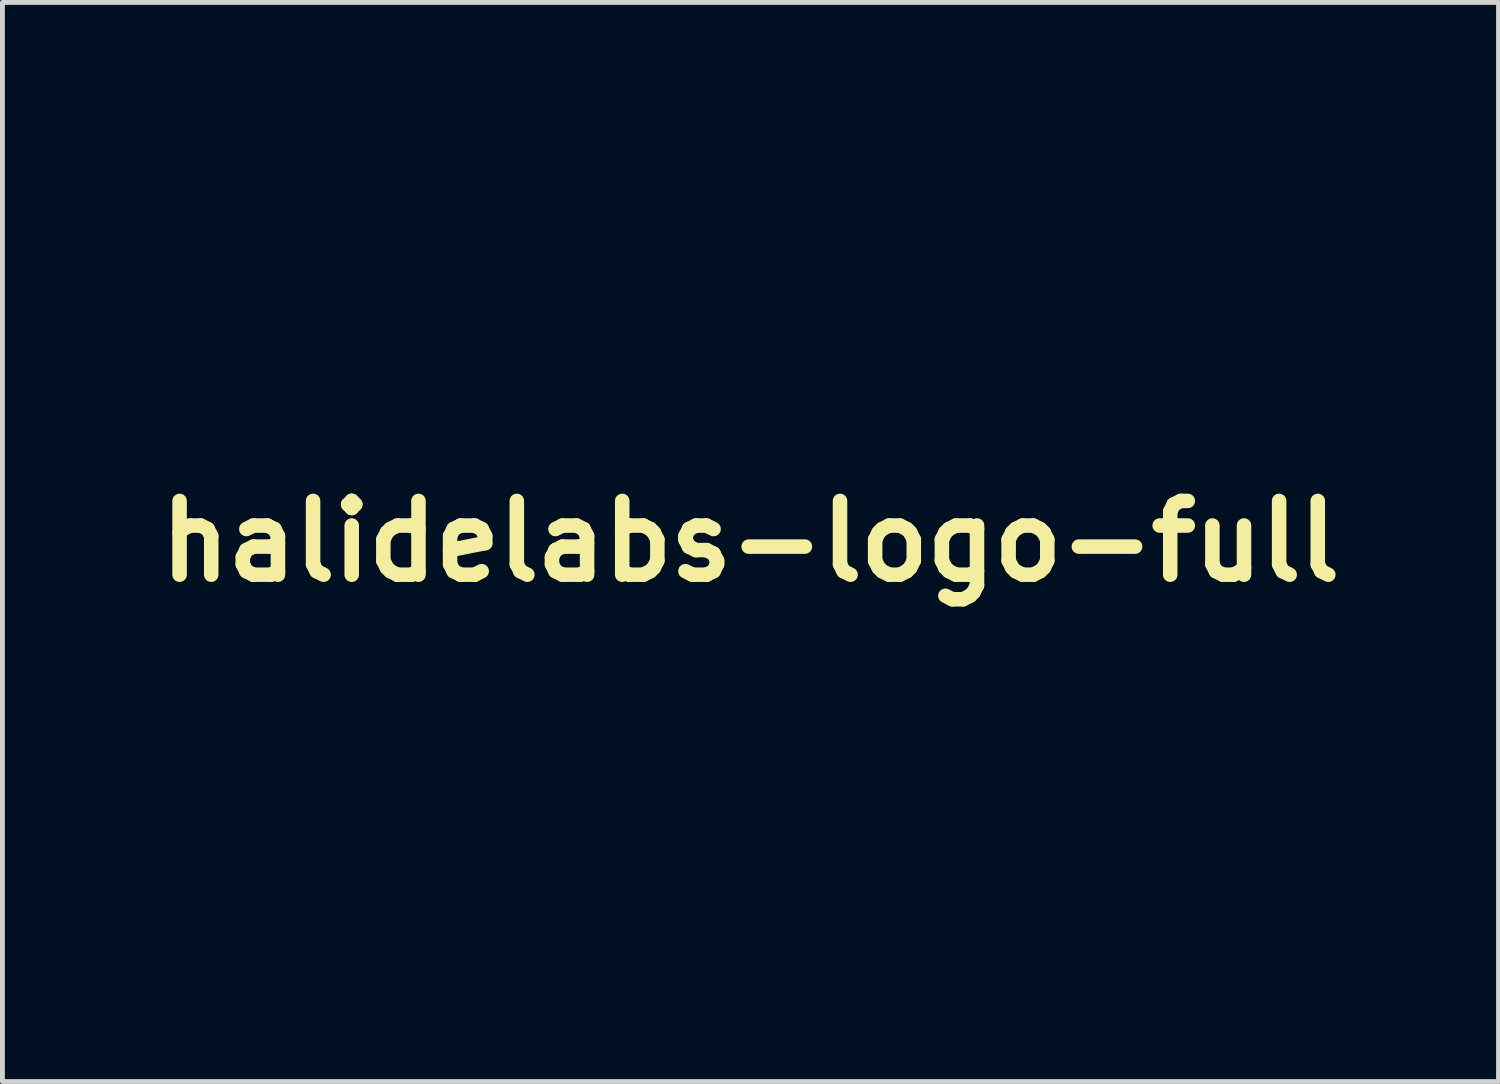
<source format=kicad_pcb>
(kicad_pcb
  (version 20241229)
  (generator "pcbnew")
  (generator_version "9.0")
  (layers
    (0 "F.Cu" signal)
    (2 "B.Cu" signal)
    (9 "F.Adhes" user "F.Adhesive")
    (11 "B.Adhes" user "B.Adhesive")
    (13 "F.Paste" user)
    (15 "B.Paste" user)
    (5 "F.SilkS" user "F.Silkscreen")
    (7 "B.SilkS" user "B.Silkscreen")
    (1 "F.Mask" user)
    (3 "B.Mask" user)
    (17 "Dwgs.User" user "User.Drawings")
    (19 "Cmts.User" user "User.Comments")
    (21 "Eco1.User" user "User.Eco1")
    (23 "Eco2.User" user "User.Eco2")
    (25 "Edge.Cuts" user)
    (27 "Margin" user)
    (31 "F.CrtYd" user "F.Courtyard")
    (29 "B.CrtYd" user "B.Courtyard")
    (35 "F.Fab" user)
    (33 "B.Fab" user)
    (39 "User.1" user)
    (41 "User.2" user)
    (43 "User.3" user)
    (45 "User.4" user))
  (footprint "halidelabs-logo-full"
    (layer "F.Cu")
    (at 12.453 8.133)
    (property "Reference" "halidelabs-logo-full" (at 0 0 0) (layer "F.SilkS") (effects (font (size 1.524 1.524) (thickness 0.3))))
    (attr through_hole)
    (fp_poly (pts (xy -2.896 8.128) (xy -3.505 8.128) (xy -3.505 5.918) (xy -2.896 5.918) (xy -2.896 8.128)) (stroke (width 0.01) (type solid)) (fill no) (layer "Eco2.User"))
    (fp_poly (pts (xy -9.525 6.223) (xy -8.28 6.223) (xy -8.28 4.953) (xy -7.62 4.953) (xy -7.62 8.128) (xy -8.28 8.128) (xy -8.28 6.858) (xy -9.525 6.858) (xy -9.525 8.128) (xy -10.16 8.128) (xy -10.16 4.953) (xy -9.525 4.953) (xy -9.525 6.223)) (stroke (width 0.01) (type solid)) (fill no) (layer "Eco2.User"))
    (fp_poly (pts (xy -3.107 4.964) (xy -3.001 5.011) (xy -2.919 5.102) (xy -2.893 5.148) (xy -2.857 5.274) (xy -2.868 5.394) (xy -2.923 5.499) (xy -3.018 5.581) (xy -3.064 5.604) (xy -3.176 5.635) (xy -3.281 5.625) (xy -3.346 5.601) (xy -3.438 5.535) (xy -3.501 5.433) (xy -3.53 5.306) (xy -3.531 5.276) (xy -3.524 5.191) (xy -3.497 5.126) (xy -3.447 5.064) (xy -3.379 5.002) (xy -3.307 4.971) (xy -3.24 4.959) (xy -3.107 4.964)) (stroke (width 0.01) (type solid)) (fill no) (layer "Eco2.User"))
    (fp_poly (pts (xy 2.821 6.026) (xy 2.821 6.337) (xy 2.822 6.601) (xy 2.824 6.822) (xy 2.827 7.005) (xy 2.831 7.153) (xy 2.837 7.27) (xy 2.845 7.36) (xy 2.856 7.428) (xy 2.869 7.477) (xy 2.885 7.511) (xy 2.905 7.535) (xy 2.928 7.552) (xy 2.946 7.562) (xy 3.004 7.578) (xy 3.1 7.589) (xy 3.219 7.594) (xy 3.243 7.594) (xy 3.475 7.595) (xy 3.491 7.791) (xy 3.5 7.896) (xy 3.509 7.989) (xy 3.517 8.051) (xy 3.518 8.056) (xy 3.513 8.117) (xy 3.489 8.138) (xy 3.437 8.148) (xy 3.346 8.153) (xy 3.227 8.155) (xy 3.094 8.153) (xy 2.958 8.148) (xy 2.83 8.141) (xy 2.723 8.132) (xy 2.648 8.12) (xy 2.63 8.116) (xy 2.524 8.069) (xy 2.443 8.009) (xy 2.374 7.922) (xy 2.311 7.81) (xy 2.223 7.634) (xy 2.215 6.167) (xy 2.207 4.699) (xy 2.819 4.699) (xy 2.821 6.026)) (stroke (width 0.01) (type solid)) (fill no) (layer "Eco2.User"))
    (fp_poly (pts (xy -4.42 6.087) (xy -4.417 6.387) (xy -4.414 6.64) (xy -4.411 6.851) (xy -4.409 7.023) (xy -4.406 7.161) (xy -4.402 7.269) (xy -4.398 7.351) (xy -4.392 7.411) (xy -4.386 7.453) (xy -4.379 7.482) (xy -4.37 7.501) (xy -4.359 7.515) (xy -4.359 7.515) (xy -4.319 7.549) (xy -4.263 7.572) (xy -4.183 7.588) (xy -4.067 7.598) (xy -3.962 7.603) (xy -3.772 7.61) (xy -3.751 7.86) (xy -3.743 7.982) (xy -3.742 8.062) (xy -3.748 8.109) (xy -3.763 8.131) (xy -3.764 8.132) (xy -3.805 8.141) (xy -3.886 8.147) (xy -3.994 8.151) (xy -4.121 8.151) (xy -4.253 8.149) (xy -4.381 8.144) (xy -4.492 8.137) (xy -4.576 8.128) (xy -4.617 8.119) (xy -4.761 8.041) (xy -4.876 7.921) (xy -4.962 7.76) (xy -5.018 7.558) (xy -5.03 7.478) (xy -5.036 7.403) (xy -5.041 7.281) (xy -5.045 7.115) (xy -5.048 6.911) (xy -5.05 6.67) (xy -5.05 6.397) (xy -5.05 6.096) (xy -5.049 5.994) (xy -5.042 4.712) (xy -4.432 4.712) (xy -4.42 6.087)) (stroke (width 0.01) (type solid)) (fill no) (layer "Eco2.User"))
    (fp_poly (pts (xy -0.356 8.128) (xy -0.962 8.128) (xy -0.978 7.949) (xy -1.067 8.01) (xy -1.229 8.092) (xy -1.415 8.14) (xy -1.614 8.152) (xy -1.81 8.126) (xy -1.866 8.111) (xy -2.065 8.025) (xy -2.237 7.898) (xy -2.379 7.736) (xy -2.487 7.544) (xy -2.558 7.325) (xy -2.589 7.085) (xy -2.591 7.023) (xy -2.586 6.964) (xy -1.982 6.964) (xy -1.979 7.12) (xy -1.944 7.269) (xy -1.879 7.398) (xy -1.822 7.463) (xy -1.697 7.545) (xy -1.551 7.585) (xy -1.394 7.58) (xy -1.339 7.568) (xy -1.217 7.51) (xy -1.111 7.415) (xy -1.034 7.297) (xy -1.029 7.283) (xy -0.996 7.154) (xy -0.987 7.004) (xy -1.002 6.857) (xy -1.029 6.763) (xy -1.106 6.634) (xy -1.213 6.538) (xy -1.342 6.479) (xy -1.482 6.457) (xy -1.625 6.475) (xy -1.759 6.537) (xy -1.806 6.572) (xy -1.895 6.678) (xy -1.954 6.813) (xy -1.982 6.964) (xy -2.586 6.964) (xy -2.569 6.773) (xy -2.506 6.546) (xy -2.403 6.346) (xy -2.262 6.176) (xy -2.086 6.04) (xy -1.986 5.986) (xy -1.9 5.948) (xy -1.827 5.924) (xy -1.751 5.911) (xy -1.654 5.906) (xy -1.572 5.906) (xy -1.455 5.907) (xy -1.371 5.913) (xy -1.302 5.928) (xy -1.232 5.956) (xy -1.146 5.998) (xy -0.965 6.091) (xy -0.965 4.928) (xy -0.356 4.928) (xy -0.356 8.128)) (stroke (width 0.01) (type solid)) (fill no) (layer "Eco2.User"))
    (fp_poly (pts (xy 6.624 5.517) (xy 6.63 6.094) (xy 6.722 6.031) (xy 6.893 5.945) (xy 7.081 5.901) (xy 7.278 5.897) (xy 7.477 5.932) (xy 7.668 6.005) (xy 7.842 6.114) (xy 7.964 6.228) (xy 8.067 6.369) (xy 8.153 6.543) (xy 8.215 6.731) (xy 8.238 6.845) (xy 8.249 7.074) (xy 8.219 7.296) (xy 8.152 7.507) (xy 8.051 7.698) (xy 7.921 7.863) (xy 7.763 7.995) (xy 7.601 8.079) (xy 7.498 8.109) (xy 7.37 8.131) (xy 7.234 8.144) (xy 7.105 8.148) (xy 7 8.14) (xy 6.959 8.131) (xy 6.868 8.094) (xy 6.771 8.046) (xy 6.693 7.996) (xy 6.674 7.981) (xy 6.645 7.96) (xy 6.632 7.972) (xy 6.629 8.025) (xy 6.629 8.036) (xy 6.629 8.13) (xy 6.318 8.122) (xy 6.007 8.115) (xy 6.007 7.077) (xy 6.629 7.077) (xy 6.657 7.225) (xy 6.716 7.359) (xy 6.803 7.468) (xy 6.916 7.545) (xy 6.947 7.557) (xy 7.068 7.588) (xy 7.179 7.588) (xy 7.271 7.568) (xy 7.405 7.506) (xy 7.509 7.405) (xy 7.582 7.271) (xy 7.619 7.108) (xy 7.623 7.023) (xy 7.616 6.916) (xy 7.597 6.812) (xy 7.581 6.761) (xy 7.507 6.637) (xy 7.403 6.544) (xy 7.28 6.485) (xy 7.146 6.459) (xy 7.01 6.469) (xy 6.884 6.517) (xy 6.776 6.603) (xy 6.749 6.636) (xy 6.673 6.773) (xy 6.634 6.923) (xy 6.629 7.077) (xy 6.007 7.077) (xy 6.007 4.94) (xy 6.617 4.94) (xy 6.624 5.517)) (stroke (width 0.01) (type solid)) (fill no) (layer "Eco2.User"))
    (fp_poly (pts (xy 1.074 5.907) (xy 1.242 5.927) (xy 1.377 5.965) (xy 1.554 6.062) (xy 1.707 6.199) (xy 1.832 6.37) (xy 1.926 6.567) (xy 1.984 6.785) (xy 2.003 7.016) (xy 2.001 7.067) (xy 1.994 7.226) (xy 1.263 7.233) (xy 0.533 7.24) (xy 0.584 7.341) (xy 0.669 7.454) (xy 0.782 7.534) (xy 0.913 7.578) (xy 1.054 7.584) (xy 1.192 7.551) (xy 1.318 7.477) (xy 1.332 7.466) (xy 1.418 7.39) (xy 1.662 7.511) (xy 1.761 7.563) (xy 1.841 7.609) (xy 1.892 7.645) (xy 1.905 7.661) (xy 1.885 7.712) (xy 1.83 7.78) (xy 1.75 7.857) (xy 1.655 7.934) (xy 1.554 8.003) (xy 1.481 8.044) (xy 1.381 8.091) (xy 1.301 8.12) (xy 1.22 8.136) (xy 1.119 8.143) (xy 1.058 8.145) (xy 0.92 8.144) (xy 0.796 8.134) (xy 0.708 8.118) (xy 0.493 8.031) (xy 0.306 7.904) (xy 0.15 7.744) (xy 0.028 7.555) (xy -0.054 7.343) (xy -0.094 7.114) (xy -0.095 6.937) (xy -0.073 6.807) (xy 0.536 6.807) (xy 1.42 6.807) (xy 1.393 6.73) (xy 1.33 6.621) (xy 1.23 6.532) (xy 1.107 6.473) (xy 0.975 6.452) (xy 0.86 6.473) (xy 0.745 6.529) (xy 0.645 6.609) (xy 0.575 6.704) (xy 0.561 6.735) (xy 0.536 6.807) (xy -0.073 6.807) (xy -0.055 6.7) (xy 0.027 6.483) (xy 0.149 6.292) (xy 0.305 6.131) (xy 0.493 6.006) (xy 0.59 5.962) (xy 0.729 5.924) (xy 0.897 5.906) (xy 1.074 5.907)) (stroke (width 0.01) (type solid)) (fill no) (layer "Eco2.User"))
    (fp_poly (pts (xy 9.395 5.908) (xy 9.486 5.917) (xy 9.561 5.935) (xy 9.636 5.964) (xy 9.653 5.972) (xy 9.831 6.076) (xy 9.963 6.202) (xy 10.034 6.314) (xy 10.064 6.382) (xy 10.078 6.429) (xy 10.078 6.441) (xy 10.05 6.452) (xy 9.984 6.474) (xy 9.894 6.502) (xy 9.845 6.516) (xy 9.625 6.58) (xy 9.54 6.491) (xy 9.486 6.438) (xy 9.437 6.411) (xy 9.372 6.402) (xy 9.312 6.401) (xy 9.216 6.406) (xy 9.153 6.425) (xy 9.119 6.452) (xy 9.079 6.502) (xy 9.07 6.548) (xy 9.095 6.592) (xy 9.158 6.638) (xy 9.263 6.689) (xy 9.412 6.748) (xy 9.47 6.769) (xy 9.685 6.853) (xy 9.854 6.938) (xy 9.981 7.027) (xy 10.071 7.125) (xy 10.128 7.237) (xy 10.155 7.367) (xy 10.16 7.462) (xy 10.136 7.638) (xy 10.067 7.795) (xy 9.956 7.928) (xy 9.805 8.034) (xy 9.703 8.081) (xy 9.559 8.119) (xy 9.387 8.141) (xy 9.209 8.144) (xy 9.044 8.128) (xy 8.986 8.115) (xy 8.883 8.085) (xy 8.782 8.047) (xy 8.737 8.026) (xy 8.639 7.966) (xy 8.546 7.892) (xy 8.465 7.812) (xy 8.403 7.734) (xy 8.369 7.667) (xy 8.37 7.619) (xy 8.37 7.619) (xy 8.399 7.596) (xy 8.462 7.559) (xy 8.547 7.512) (xy 8.589 7.491) (xy 8.792 7.389) (xy 8.879 7.465) (xy 9.007 7.545) (xy 9.16 7.585) (xy 9.308 7.585) (xy 9.413 7.56) (xy 9.485 7.518) (xy 9.517 7.463) (xy 9.515 7.424) (xy 9.501 7.395) (xy 9.475 7.369) (xy 9.429 7.341) (xy 9.356 7.309) (xy 9.248 7.268) (xy 9.142 7.229) (xy 9.024 7.186) (xy 8.912 7.142) (xy 8.823 7.103) (xy 8.791 7.088) (xy 8.637 6.986) (xy 8.525 6.861) (xy 8.456 6.72) (xy 8.431 6.57) (xy 8.451 6.416) (xy 8.518 6.265) (xy 8.623 6.132) (xy 8.735 6.035) (xy 8.853 5.968) (xy 8.989 5.927) (xy 9.154 5.909) (xy 9.271 5.906) (xy 9.395 5.908)) (stroke (width 0.01) (type solid)) (fill no) (layer "Eco2.User"))
    (fp_poly (pts (xy -6.065 5.92) (xy -5.923 5.952) (xy -5.919 5.954) (xy -5.772 6.029) (xy -5.636 6.141) (xy -5.527 6.277) (xy -5.483 6.357) (xy -5.466 6.395) (xy -5.453 6.433) (xy -5.443 6.475) (xy -5.435 6.529) (xy -5.429 6.601) (xy -5.424 6.695) (xy -5.421 6.819) (xy -5.418 6.979) (xy -5.416 7.18) (xy -5.415 7.309) (xy -5.406 8.128) (xy -6.02 8.128) (xy -6.02 7.922) (xy -6.108 7.989) (xy -6.236 8.062) (xy -6.396 8.114) (xy -6.574 8.145) (xy -6.754 8.152) (xy -6.92 8.132) (xy -6.976 8.117) (xy -7.131 8.046) (xy -7.248 7.941) (xy -7.326 7.804) (xy -7.362 7.639) (xy -7.365 7.568) (xy -7.362 7.536) (xy -6.753 7.536) (xy -6.719 7.605) (xy -6.706 7.62) (xy -6.642 7.654) (xy -6.549 7.67) (xy -6.443 7.669) (xy -6.342 7.647) (xy -6.333 7.644) (xy -6.213 7.572) (xy -6.116 7.463) (xy -6.051 7.325) (xy -6.034 7.256) (xy -6.026 7.194) (xy -6.033 7.169) (xy -6.061 7.17) (xy -6.063 7.171) (xy -6.107 7.182) (xy -6.186 7.202) (xy -6.289 7.226) (xy -6.35 7.241) (xy -6.473 7.273) (xy -6.559 7.303) (xy -6.621 7.336) (xy -6.673 7.379) (xy -6.674 7.38) (xy -6.738 7.463) (xy -6.753 7.536) (xy -7.362 7.536) (xy -7.344 7.387) (xy -7.281 7.233) (xy -7.174 7.104) (xy -7.023 6.997) (xy -6.978 6.974) (xy -6.902 6.944) (xy -6.791 6.908) (xy -6.658 6.87) (xy -6.519 6.835) (xy -6.503 6.832) (xy -6.339 6.793) (xy -6.218 6.76) (xy -6.135 6.729) (xy -6.083 6.697) (xy -6.055 6.661) (xy -6.046 6.618) (xy -6.045 6.605) (xy -6.068 6.527) (xy -6.131 6.465) (xy -6.224 6.422) (xy -6.338 6.404) (xy -6.443 6.413) (xy -6.52 6.443) (xy -6.601 6.498) (xy -6.67 6.564) (xy -6.709 6.626) (xy -6.722 6.642) (xy -6.756 6.646) (xy -6.818 6.638) (xy -6.92 6.618) (xy -6.922 6.617) (xy -7.046 6.591) (xy -7.129 6.571) (xy -7.178 6.555) (xy -7.204 6.539) (xy -7.212 6.519) (xy -7.214 6.493) (xy -7.192 6.405) (xy -7.133 6.305) (xy -7.045 6.201) (xy -6.938 6.103) (xy -6.818 6.019) (xy -6.708 5.964) (xy -6.573 5.927) (xy -6.408 5.907) (xy -6.233 5.905) (xy -6.065 5.92)) (stroke (width 0.01) (type solid)) (fill no) (layer "Eco2.User"))
    (fp_poly (pts (xy 5.068 5.929) (xy 5.162 5.957) (xy 5.306 6.031) (xy 5.438 6.141) (xy 5.544 6.275) (xy 5.592 6.37) (xy 5.609 6.413) (xy 5.622 6.455) (xy 5.632 6.502) (xy 5.64 6.562) (xy 5.645 6.639) (xy 5.65 6.741) (xy 5.653 6.874) (xy 5.656 7.043) (xy 5.658 7.255) (xy 5.659 7.322) (xy 5.667 8.128) (xy 5.055 8.128) (xy 5.055 8.022) (xy 5.053 7.958) (xy 5.044 7.935) (xy 5.022 7.947) (xy 5.009 7.958) (xy 4.963 7.99) (xy 4.888 8.032) (xy 4.813 8.068) (xy 4.72 8.106) (xy 4.631 8.129) (xy 4.524 8.141) (xy 4.432 8.146) (xy 4.273 8.144) (xy 4.147 8.13) (xy 4.095 8.117) (xy 3.944 8.044) (xy 3.827 7.938) (xy 3.746 7.805) (xy 3.705 7.654) (xy 3.705 7.491) (xy 3.709 7.478) (xy 4.327 7.478) (xy 4.33 7.558) (xy 4.369 7.62) (xy 4.432 7.654) (xy 4.526 7.67) (xy 4.632 7.669) (xy 4.732 7.647) (xy 4.742 7.644) (xy 4.853 7.577) (xy 4.947 7.473) (xy 5.012 7.344) (xy 5.02 7.32) (xy 5.04 7.244) (xy 5.05 7.19) (xy 5.049 7.174) (xy 5.019 7.174) (xy 4.953 7.186) (xy 4.862 7.206) (xy 4.757 7.233) (xy 4.651 7.262) (xy 4.555 7.291) (xy 4.48 7.316) (xy 4.444 7.332) (xy 4.366 7.399) (xy 4.327 7.478) (xy 3.709 7.478) (xy 3.75 7.323) (xy 3.771 7.276) (xy 3.83 7.177) (xy 3.905 7.093) (xy 4.001 7.022) (xy 4.126 6.961) (xy 4.286 6.905) (xy 4.487 6.851) (xy 4.579 6.83) (xy 4.743 6.791) (xy 4.863 6.758) (xy 4.945 6.726) (xy 4.996 6.694) (xy 5.022 6.657) (xy 5.029 6.615) (xy 5.006 6.535) (xy 4.943 6.47) (xy 4.851 6.425) (xy 4.739 6.405) (xy 4.636 6.412) (xy 4.548 6.444) (xy 4.463 6.501) (xy 4.4 6.569) (xy 4.38 6.608) (xy 4.372 6.63) (xy 4.36 6.644) (xy 4.335 6.649) (xy 4.29 6.645) (xy 4.215 6.631) (xy 4.104 6.607) (xy 4.022 6.589) (xy 3.929 6.568) (xy 3.876 6.551) (xy 3.854 6.532) (xy 3.853 6.505) (xy 3.86 6.48) (xy 3.925 6.334) (xy 4.03 6.195) (xy 4.163 6.075) (xy 4.284 6) (xy 4.458 5.936) (xy 4.658 5.902) (xy 4.867 5.9) (xy 5.068 5.929)) (stroke (width 0.01) (type solid)) (fill no) (layer "Eco2.User"))
    (fp_poly (pts (xy 3.994 -8.123) (xy 4.031 -8.104) (xy 4.046 -8.064) (xy 4.04 -7.997) (xy 4.014 -7.896) (xy 3.968 -7.755) (xy 3.965 -7.747) (xy 3.926 -7.631) (xy 3.893 -7.533) (xy 3.871 -7.463) (xy 3.861 -7.431) (xy 3.861 -7.43) (xy 3.881 -7.412) (xy 3.933 -7.382) (xy 3.965 -7.365) (xy 4.063 -7.303) (xy 4.165 -7.221) (xy 4.257 -7.132) (xy 4.323 -7.049) (xy 4.335 -7.027) (xy 4.367 -6.929) (xy 4.37 -6.83) (xy 4.343 -6.748) (xy 4.329 -6.729) (xy 4.3 -6.689) (xy 4.295 -6.67) (xy 4.319 -6.652) (xy 4.376 -6.613) (xy 4.455 -6.56) (xy 4.501 -6.529) (xy 4.641 -6.429) (xy 4.734 -6.346) (xy 4.782 -6.279) (xy 4.785 -6.227) (xy 4.785 -6.225) (xy 4.772 -6.178) (xy 4.759 -6.101) (xy 4.752 -6.045) (xy 4.739 -5.959) (xy 4.718 -5.909) (xy 4.684 -5.882) (xy 4.68 -5.88) (xy 4.63 -5.844) (xy 4.609 -5.813) (xy 4.592 -5.781) (xy 4.561 -5.758) (xy 4.506 -5.742) (xy 4.42 -5.73) (xy 4.296 -5.721) (xy 4.208 -5.716) (xy 4.077 -5.709) (xy 3.987 -5.701) (xy 3.929 -5.69) (xy 3.893 -5.675) (xy 3.871 -5.653) (xy 3.842 -5.592) (xy 3.835 -5.552) (xy 3.825 -5.51) (xy 3.797 -5.433) (xy 3.755 -5.333) (xy 3.709 -5.233) (xy 3.664 -5.134) (xy 3.628 -5.049) (xy 3.6 -4.967) (xy 3.576 -4.877) (xy 3.554 -4.767) (xy 3.529 -4.626) (xy 3.508 -4.496) (xy 3.48 -4.31) (xy 3.453 -4.106) (xy 3.43 -3.903) (xy 3.411 -3.721) (xy 3.404 -3.636) (xy 3.362 -3.223) (xy 3.301 -2.851) (xy 3.22 -2.522) (xy 3.119 -2.238) (xy 3.042 -2.075) (xy 2.992 -1.996) (xy 2.917 -1.895) (xy 2.828 -1.784) (xy 2.737 -1.68) (xy 2.564 -1.478) (xy 2.403 -1.267) (xy 2.262 -1.056) (xy 2.15 -0.858) (xy 2.105 -0.761) (xy 2.057 -0.659) (xy 2.009 -0.564) (xy 1.968 -0.496) (xy 1.964 -0.49) (xy 1.901 -0.414) (xy 1.827 -0.337) (xy 1.754 -0.27) (xy 1.693 -0.225) (xy 1.672 -0.215) (xy 1.648 -0.201) (xy 1.627 -0.173) (xy 1.608 -0.126) (xy 1.588 -0.052) (xy 1.566 0.053) (xy 1.54 0.196) (xy 1.51 0.381) (xy 1.501 0.445) (xy 1.473 0.614) (xy 1.447 0.76) (xy 1.42 0.893) (xy 1.389 1.025) (xy 1.35 1.169) (xy 1.302 1.335) (xy 1.242 1.534) (xy 1.225 1.587) (xy 1.179 1.794) (xy 1.163 2.021) (xy 1.176 2.275) (xy 1.215 2.54) (xy 1.239 2.678) (xy 1.261 2.819) (xy 1.278 2.943) (xy 1.285 3.01) (xy 1.301 3.123) (xy 1.33 3.216) (xy 1.38 3.313) (xy 1.4 3.346) (xy 1.448 3.424) (xy 1.483 3.485) (xy 1.498 3.516) (xy 1.499 3.517) (xy 1.475 3.522) (xy 1.409 3.526) (xy 1.31 3.529) (xy 1.187 3.53) (xy 1.13 3.531) (xy 0.987 3.53) (xy 0.887 3.529) (xy 0.822 3.525) (xy 0.784 3.517) (xy 0.767 3.505) (xy 0.762 3.486) (xy 0.762 3.473) (xy 0.773 3.413) (xy 0.801 3.339) (xy 0.806 3.327) (xy 0.829 3.279) (xy 0.836 3.24) (xy 0.825 3.196) (xy 0.794 3.13) (xy 0.772 3.086) (xy 0.717 2.966) (xy 0.67 2.829) (xy 0.629 2.664) (xy 0.59 2.463) (xy 0.574 2.361) (xy 0.55 2.234) (xy 0.514 2.081) (xy 0.473 1.923) (xy 0.442 1.815) (xy 0.385 1.627) (xy 0.343 1.47) (xy 0.311 1.329) (xy 0.288 1.189) (xy 0.269 1.033) (xy 0.253 0.845) (xy 0.251 0.826) (xy 0.242 0.666) (xy 0.237 0.494) (xy 0.236 0.32) (xy 0.238 0.153) (xy 0.245 0.006) (xy 0.255 -0.113) (xy 0.268 -0.191) (xy 0.268 -0.191) (xy 0.272 -0.209) (xy 0.266 -0.222) (xy 0.246 -0.231) (xy 0.204 -0.236) (xy 0.134 -0.238) (xy 0.03 -0.237) (xy -0.115 -0.235) (xy -0.214 -0.233) (xy -0.468 -0.23) (xy -0.683 -0.235) (xy -0.87 -0.249) (xy -1.041 -0.271) (xy -1.206 -0.304) (xy -1.32 -0.333) (xy -1.534 -0.406) (xy -1.732 -0.505) (xy -1.906 -0.623) (xy -2.047 -0.754) (xy -2.149 -0.893) (xy -2.17 -0.935) (xy -2.218 -1.042) (xy -2.299 -0.827) (xy -2.369 -0.662) (xy -2.447 -0.527) (xy -2.548 -0.402) (xy -2.631 -0.315) (xy -2.682 -0.262) (xy -2.718 -0.211) (xy -2.745 -0.148) (xy -2.771 -0.06) (xy -2.794 0.037) (xy -2.846 0.229) (xy -2.913 0.399) (xy -3.001 0.556) (xy -3.117 0.712) (xy -3.267 0.878) (xy -3.354 0.965) (xy -3.463 1.081) (xy -3.542 1.192) (xy -3.594 1.309) (xy -3.625 1.444) (xy -3.639 1.611) (xy -3.641 1.727) (xy -3.639 1.852) (xy -3.631 1.974) (xy -3.616 2.105) (xy -3.593 2.257) (xy -3.56 2.443) (xy -3.546 2.515) (xy -3.517 2.67) (xy -3.489 2.811) (xy -3.466 2.929) (xy -3.449 3.016) (xy -3.439 3.062) (xy -3.438 3.064) (xy -3.411 3.112) (xy -3.358 3.171) (xy -3.325 3.199) (xy -3.252 3.269) (xy -3.196 3.341) (xy -3.165 3.406) (xy -3.164 3.452) (xy -3.169 3.458) (xy -3.203 3.468) (xy -3.276 3.474) (xy -3.373 3.476) (xy -3.419 3.474) (xy -3.645 3.467) (xy -3.653 3.389) (xy -3.671 3.33) (xy -3.719 3.258) (xy -3.803 3.164) (xy -3.821 3.145) (xy -3.916 3.037) (xy -4.001 2.915) (xy -4.08 2.772) (xy -4.157 2.6) (xy -4.236 2.392) (xy -4.303 2.192) (xy -4.386 1.921) (xy -4.446 1.686) (xy -4.482 1.479) (xy -4.494 1.29) (xy -4.483 1.111) (xy -4.449 0.934) (xy -4.391 0.749) (xy -4.309 0.548) (xy -4.293 0.512) (xy -4.222 0.336) (xy -4.182 0.181) (xy -4.169 0.028) (xy -4.181 -0.141) (xy -4.189 -0.197) (xy -4.216 -0.342) (xy -4.254 -0.514) (xy -4.3 -0.7) (xy -4.35 -0.885) (xy -4.4 -1.055) (xy -4.447 -1.197) (xy -4.469 -1.256) (xy -4.512 -1.376) (xy -4.55 -1.509) (xy -4.571 -1.611) (xy -4.597 -1.739) (xy -4.627 -1.845) (xy -4.659 -1.919) (xy -4.688 -1.954) (xy -4.695 -1.956) (xy -4.718 -1.934) (xy -4.738 -1.886) (xy -4.756 -1.816) (xy -4.789 -1.892) (xy -4.838 -2.067) (xy -4.844 -2.259) (xy -4.81 -2.462) (xy -4.739 -2.669) (xy -4.633 -2.873) (xy -4.495 -3.069) (xy -4.327 -3.249) (xy -4.228 -3.334) (xy -3.966 -3.514) (xy -3.67 -3.662) (xy -3.344 -3.776) (xy -2.994 -3.856) (xy -2.625 -3.902) (xy -2.242 -3.911) (xy -1.85 -3.884) (xy -1.455 -3.819) (xy -1.35 -3.795) (xy -1.118 -3.741) (xy -0.927 -3.697) (xy -0.768 -3.663) (xy -0.632 -3.638) (xy -0.511 -3.62) (xy -0.396 -3.608) (xy -0.278 -3.601) (xy -0.148 -3.597) (xy -0.025 -3.595) (xy 0.141 -3.593) (xy 0.27 -3.589) (xy 0.378 -3.581) (xy 0.477 -3.568) (xy 0.582 -3.548) (xy 0.707 -3.519) (xy 0.809 -3.494) (xy 0.961 -3.457) (xy 1.073 -3.432) (xy 1.154 -3.418) (xy 1.214 -3.414) (xy 1.26 -3.417) (xy 1.295 -3.426) (xy 1.389 -3.463) (xy 1.465 -3.515) (xy 1.528 -3.59) (xy 1.581 -3.694) (xy 1.63 -3.834) (xy 1.677 -4.016) (xy 1.691 -4.077) (xy 1.723 -4.212) (xy 1.765 -4.377) (xy 1.814 -4.557) (xy 1.864 -4.732) (xy 1.884 -4.801) (xy 1.929 -4.95) (xy 1.965 -5.074) (xy 1.994 -5.182) (xy 2.017 -5.283) (xy 2.037 -5.386) (xy 2.054 -5.5) (xy 2.071 -5.635) (xy 2.09 -5.798) (xy 2.111 -5.999) (xy 2.12 -6.087) (xy 2.15 -6.354) (xy 2.181 -6.576) (xy 2.216 -6.761) (xy 2.259 -6.914) (xy 2.311 -7.042) (xy 2.376 -7.151) (xy 2.457 -7.247) (xy 2.557 -7.337) (xy 2.677 -7.428) (xy 2.739 -7.47) (xy 2.864 -7.559) (xy 2.993 -7.66) (xy 3.108 -7.759) (xy 3.182 -7.828) (xy 3.281 -7.924) (xy 3.355 -7.979) (xy 3.406 -7.994) (xy 3.437 -7.969) (xy 3.449 -7.922) (xy 3.445 -7.861) (xy 3.425 -7.777) (xy 3.407 -7.725) (xy 3.383 -7.654) (xy 3.372 -7.607) (xy 3.375 -7.595) (xy 3.401 -7.612) (xy 3.453 -7.66) (xy 3.521 -7.729) (xy 3.597 -7.81) (xy 3.674 -7.895) (xy 3.743 -7.976) (xy 3.769 -8.007) (xy 3.833 -8.081) (xy 3.886 -8.118) (xy 3.936 -8.128) (xy 3.994 -8.123)) (stroke (width 0.01) (type solid)) (fill no) (layer "Eco2.User")))
  (gr_rect
    (start -3 -3)
    (end 27.907 19.293)
    (stroke (width 0.1) (type default))
    (fill no)
    (layer "Edge.Cuts")))
</source>
